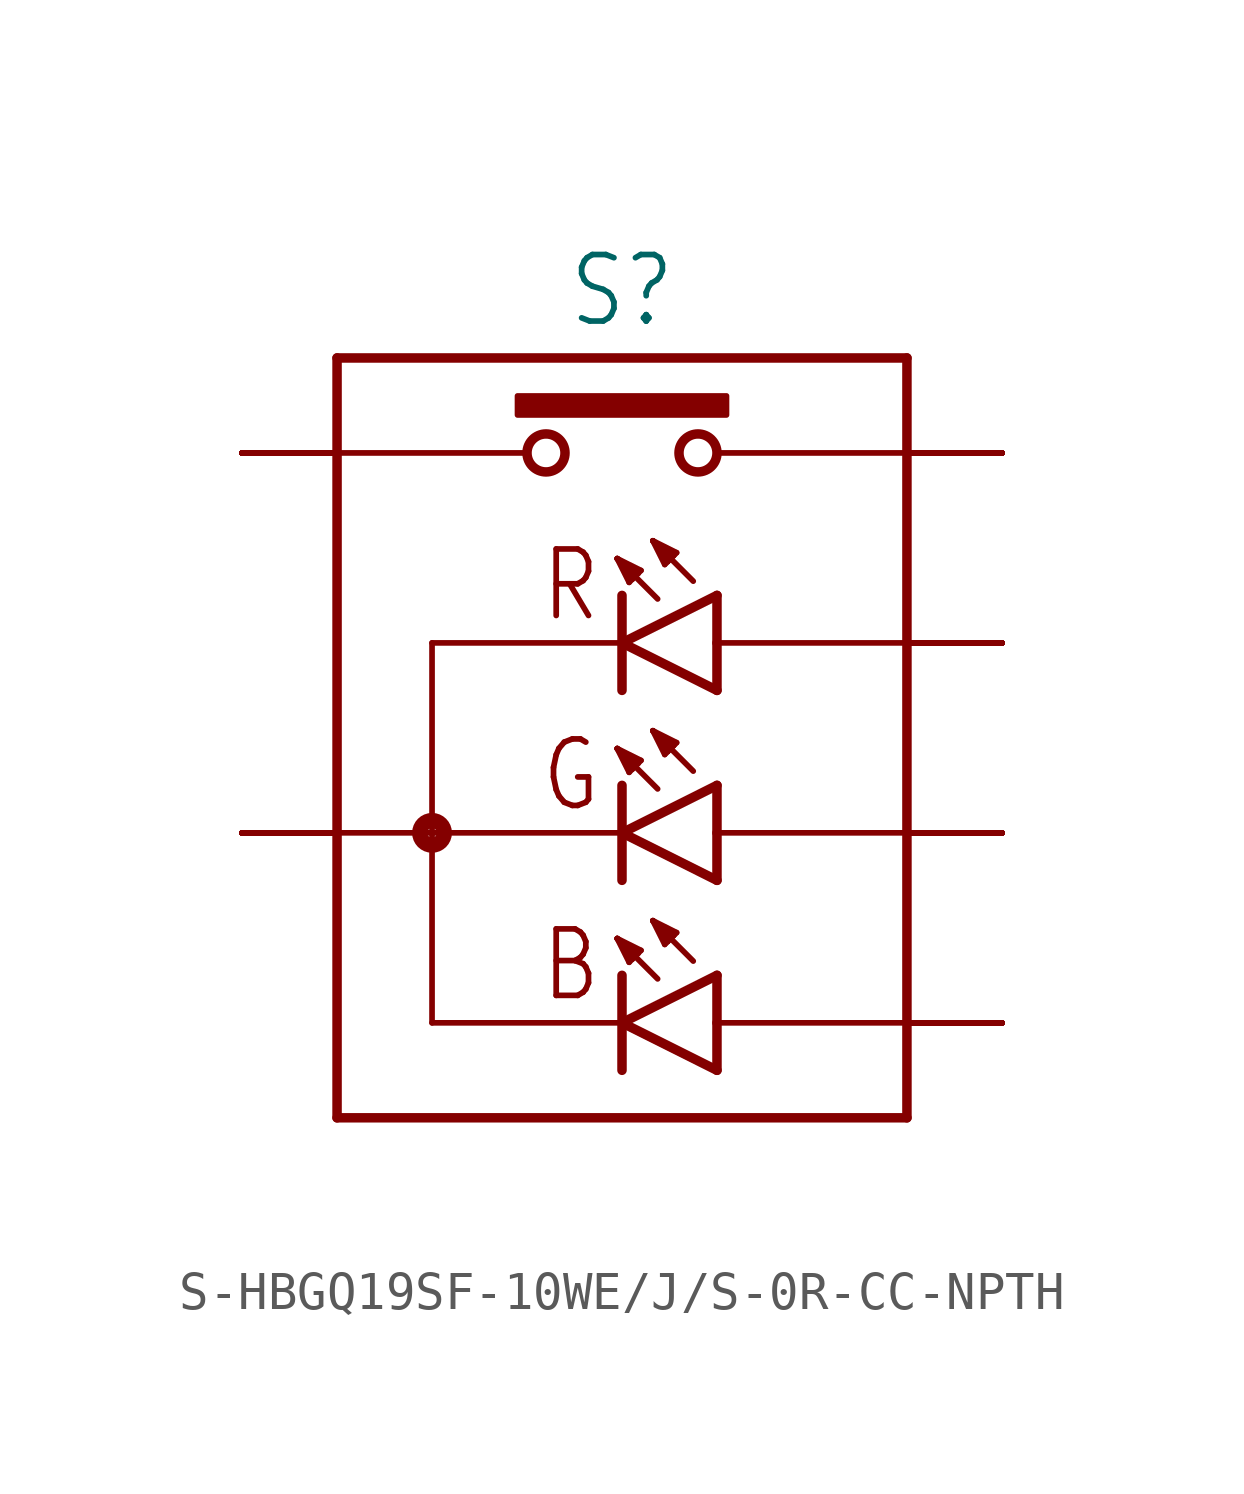
<source format=kicad_sym>
(kicad_symbol_lib
  (version 20231120)
  (generator "kicad_symbol_editor")
  (generator_version "8.0")
  (symbol "S-HBGQ19SF-10WE/J/S-0R-CC-NPTH"
    (property "Reference" "S"
      (at 0 10.922 0)
      (effects (font (size 1.778 1.511)) (justify bottom)))
    (property "Value" ""
      (at 0 -10.922 0)
      (effects (font (size 1.778 1.511)) (justify top)))
    (property "ki_locked" ""
      (at 0 0 0)
      (effects (font (size 1.27 1.27))))
    (symbol "S-HBGQ19SF-10WE/J/S-0R-CC-NPTH_1_0"
      (circle (center -5.08 -2.54) (radius 0.127) (stroke (width 0.406) (type solid)) (fill (type none)))
      (rectangle (start -2.794 8.636) (end 2.794 9.144) (stroke (width 0) (type default)) (fill (type outline)))
      (circle (center -2.032 7.62) (radius 0.508) (stroke (width 0.254) (type solid)) (fill (type none)))
      (polyline (pts (xy -7.62 -10.16) (xy -7.62 7.62)) (stroke (width 0.254) (type solid)) (fill (type none)))
      (polyline (pts (xy -7.62 -2.54) (xy -5.08 -2.54)) (stroke (width 0.152) (type solid)) (fill (type none)))
      (polyline (pts (xy -7.62 7.62) (xy -7.62 10.16)) (stroke (width 0.254) (type solid)) (fill (type none)))
      (polyline (pts (xy -7.62 7.62) (xy -2.54 7.62)) (stroke (width 0.152) (type solid)) (fill (type none)))
      (polyline (pts (xy -7.62 10.16) (xy 7.62 10.16)) (stroke (width 0.254) (type solid)) (fill (type none)))
      (polyline (pts (xy -5.08 -7.62) (xy 0 -7.62)) (stroke (width 0.152) (type solid)) (fill (type none)))
      (polyline (pts (xy -5.08 -2.54) (xy -5.08 -7.62)) (stroke (width 0.152) (type solid)) (fill (type none)))
      (polyline (pts (xy -5.08 -2.54) (xy 0 -2.54)) (stroke (width 0.152) (type solid)) (fill (type none)))
      (polyline (pts (xy -5.08 2.54) (xy -5.08 -2.54)) (stroke (width 0.152) (type solid)) (fill (type none)))
      (polyline (pts (xy -5.08 2.54) (xy 0 2.54)) (stroke (width 0.152) (type solid)) (fill (type none)))
      (polyline (pts (xy -0.127 -5.366) (xy 0.27 -5.921)) (stroke (width 0.152) (type solid)) (fill (type none)))
      (polyline (pts (xy -0.127 -5.366) (xy 0.429 -5.763)) (stroke (width 0.152) (type solid)) (fill (type none)))
      (polyline (pts (xy -0.127 -5.366) (xy 0.508 -5.683)) (stroke (width 0.152) (type solid)) (fill (type none)))
      (polyline (pts (xy -0.127 -0.286) (xy 0.27 -0.841)) (stroke (width 0.152) (type solid)) (fill (type none)))
      (polyline (pts (xy -0.127 -0.286) (xy 0.429 -0.683)) (stroke (width 0.152) (type solid)) (fill (type none)))
      (polyline (pts (xy -0.127 -0.286) (xy 0.508 -0.603)) (stroke (width 0.152) (type solid)) (fill (type none)))
      (polyline (pts (xy -0.127 4.794) (xy 0.27 4.239)) (stroke (width 0.152) (type solid)) (fill (type none)))
      (polyline (pts (xy -0.127 4.794) (xy 0.429 4.397)) (stroke (width 0.152) (type solid)) (fill (type none)))
      (polyline (pts (xy -0.127 4.794) (xy 0.508 4.477)) (stroke (width 0.152) (type solid)) (fill (type none)))
      (polyline (pts (xy 0 -7.62) (xy 0 -8.89)) (stroke (width 0.254) (type solid)) (fill (type none)))
      (polyline (pts (xy 0 -7.62) (xy 2.54 -6.35)) (stroke (width 0.254) (type solid)) (fill (type none)))
      (polyline (pts (xy 0 -6.35) (xy 0 -7.62)) (stroke (width 0.254) (type solid)) (fill (type none)))
      (polyline (pts (xy 0 -2.54) (xy 0 -3.81)) (stroke (width 0.254) (type solid)) (fill (type none)))
      (polyline (pts (xy 0 -2.54) (xy 2.54 -1.27)) (stroke (width 0.254) (type solid)) (fill (type none)))
      (polyline (pts (xy 0 -1.27) (xy 0 -2.54)) (stroke (width 0.254) (type solid)) (fill (type none)))
      (polyline (pts (xy 0 2.54) (xy 0 1.27)) (stroke (width 0.254) (type solid)) (fill (type none)))
      (polyline (pts (xy 0 2.54) (xy 2.54 3.81)) (stroke (width 0.254) (type solid)) (fill (type none)))
      (polyline (pts (xy 0 3.81) (xy 0 2.54)) (stroke (width 0.254) (type solid)) (fill (type none)))
      (polyline (pts (xy 0.191 -6.001) (xy -0.127 -5.366)) (stroke (width 0.152) (type solid)) (fill (type none)))
      (polyline (pts (xy 0.191 -0.921) (xy -0.127 -0.286)) (stroke (width 0.152) (type solid)) (fill (type none)))
      (polyline (pts (xy 0.191 4.159) (xy -0.127 4.794)) (stroke (width 0.152) (type solid)) (fill (type none)))
      (polyline (pts (xy 0.27 -5.921) (xy 0.191 -6.001)) (stroke (width 0.152) (type solid)) (fill (type none)))
      (polyline (pts (xy 0.27 -0.841) (xy 0.191 -0.921)) (stroke (width 0.152) (type solid)) (fill (type none)))
      (polyline (pts (xy 0.27 4.239) (xy 0.191 4.159)) (stroke (width 0.152) (type solid)) (fill (type none)))
      (polyline (pts (xy 0.429 -5.763) (xy 0.27 -5.921)) (stroke (width 0.152) (type solid)) (fill (type none)))
      (polyline (pts (xy 0.429 -0.683) (xy 0.27 -0.841)) (stroke (width 0.152) (type solid)) (fill (type none)))
      (polyline (pts (xy 0.429 4.397) (xy 0.27 4.239)) (stroke (width 0.152) (type solid)) (fill (type none)))
      (polyline (pts (xy 0.508 -5.683) (xy 0.429 -5.763)) (stroke (width 0.152) (type solid)) (fill (type none)))
      (polyline (pts (xy 0.508 -0.603) (xy 0.429 -0.683)) (stroke (width 0.152) (type solid)) (fill (type none)))
      (polyline (pts (xy 0.508 4.477) (xy 0.429 4.397)) (stroke (width 0.152) (type solid)) (fill (type none)))
      (polyline (pts (xy 0.826 -4.889) (xy 1.222 -5.445)) (stroke (width 0.152) (type solid)) (fill (type none)))
      (polyline (pts (xy 0.826 -4.889) (xy 1.381 -5.286)) (stroke (width 0.152) (type solid)) (fill (type none)))
      (polyline (pts (xy 0.826 -4.889) (xy 1.46 -5.207)) (stroke (width 0.152) (type solid)) (fill (type none)))
      (polyline (pts (xy 0.826 0.191) (xy 1.222 -0.365)) (stroke (width 0.152) (type solid)) (fill (type none)))
      (polyline (pts (xy 0.826 0.191) (xy 1.381 -0.206)) (stroke (width 0.152) (type solid)) (fill (type none)))
      (polyline (pts (xy 0.826 0.191) (xy 1.46 -0.127)) (stroke (width 0.152) (type solid)) (fill (type none)))
      (polyline (pts (xy 0.826 5.271) (xy 1.222 4.715)) (stroke (width 0.152) (type solid)) (fill (type none)))
      (polyline (pts (xy 0.826 5.271) (xy 1.381 4.874)) (stroke (width 0.152) (type solid)) (fill (type none)))
      (polyline (pts (xy 0.826 5.271) (xy 1.46 4.953)) (stroke (width 0.152) (type solid)) (fill (type none)))
      (polyline (pts (xy 0.953 -6.445) (xy -0.127 -5.366)) (stroke (width 0.152) (type solid)) (fill (type none)))
      (polyline (pts (xy 0.953 -1.365) (xy -0.127 -0.286)) (stroke (width 0.152) (type solid)) (fill (type none)))
      (polyline (pts (xy 0.953 3.715) (xy -0.127 4.794)) (stroke (width 0.152) (type solid)) (fill (type none)))
      (polyline (pts (xy 1.143 -5.524) (xy 0.826 -4.889)) (stroke (width 0.152) (type solid)) (fill (type none)))
      (polyline (pts (xy 1.143 -0.445) (xy 0.826 0.191)) (stroke (width 0.152) (type solid)) (fill (type none)))
      (polyline (pts (xy 1.143 4.636) (xy 0.826 5.271)) (stroke (width 0.152) (type solid)) (fill (type none)))
      (polyline (pts (xy 1.222 -5.445) (xy 1.143 -5.524)) (stroke (width 0.152) (type solid)) (fill (type none)))
      (polyline (pts (xy 1.222 -0.365) (xy 1.143 -0.445)) (stroke (width 0.152) (type solid)) (fill (type none)))
      (polyline (pts (xy 1.222 4.715) (xy 1.143 4.636)) (stroke (width 0.152) (type solid)) (fill (type none)))
      (polyline (pts (xy 1.381 -5.286) (xy 1.222 -5.445)) (stroke (width 0.152) (type solid)) (fill (type none)))
      (polyline (pts (xy 1.381 -0.206) (xy 1.222 -0.365)) (stroke (width 0.152) (type solid)) (fill (type none)))
      (polyline (pts (xy 1.381 4.874) (xy 1.222 4.715)) (stroke (width 0.152) (type solid)) (fill (type none)))
      (polyline (pts (xy 1.46 -5.207) (xy 1.381 -5.286)) (stroke (width 0.152) (type solid)) (fill (type none)))
      (polyline (pts (xy 1.46 -0.127) (xy 1.381 -0.206)) (stroke (width 0.152) (type solid)) (fill (type none)))
      (polyline (pts (xy 1.46 4.953) (xy 1.381 4.874)) (stroke (width 0.152) (type solid)) (fill (type none)))
      (polyline (pts (xy 1.905 -5.969) (xy 0.826 -4.889)) (stroke (width 0.152) (type solid)) (fill (type none)))
      (polyline (pts (xy 1.905 -0.889) (xy 0.826 0.191)) (stroke (width 0.152) (type solid)) (fill (type none)))
      (polyline (pts (xy 1.905 4.191) (xy 0.826 5.271)) (stroke (width 0.152) (type solid)) (fill (type none)))
      (polyline (pts (xy 2.54 -8.89) (xy 0 -7.62)) (stroke (width 0.254) (type solid)) (fill (type none)))
      (polyline (pts (xy 2.54 -7.62) (xy 2.54 -8.89)) (stroke (width 0.254) (type solid)) (fill (type none)))
      (polyline (pts (xy 2.54 -6.35) (xy 2.54 -7.62)) (stroke (width 0.254) (type solid)) (fill (type none)))
      (polyline (pts (xy 2.54 -3.81) (xy 0 -2.54)) (stroke (width 0.254) (type solid)) (fill (type none)))
      (polyline (pts (xy 2.54 -2.54) (xy 2.54 -3.81)) (stroke (width 0.254) (type solid)) (fill (type none)))
      (polyline (pts (xy 2.54 -1.27) (xy 2.54 -2.54)) (stroke (width 0.254) (type solid)) (fill (type none)))
      (polyline (pts (xy 2.54 1.27) (xy 0 2.54)) (stroke (width 0.254) (type solid)) (fill (type none)))
      (polyline (pts (xy 2.54 2.54) (xy 2.54 1.27)) (stroke (width 0.254) (type solid)) (fill (type none)))
      (polyline (pts (xy 2.54 3.81) (xy 2.54 2.54)) (stroke (width 0.254) (type solid)) (fill (type none)))
      (polyline (pts (xy 2.54 7.62) (xy 7.62 7.62)) (stroke (width 0.152) (type solid)) (fill (type none)))
      (polyline (pts (xy 7.62 -10.16) (xy -7.62 -10.16)) (stroke (width 0.254) (type solid)) (fill (type none)))
      (polyline (pts (xy 7.62 -7.62) (xy 2.54 -7.62)) (stroke (width 0.152) (type solid)) (fill (type none)))
      (polyline (pts (xy 7.62 -2.54) (xy 2.54 -2.54)) (stroke (width 0.152) (type solid)) (fill (type none)))
      (polyline (pts (xy 7.62 2.54) (xy 2.54 2.54)) (stroke (width 0.152) (type solid)) (fill (type none)))
      (polyline (pts (xy 7.62 2.54) (xy 7.62 -10.16)) (stroke (width 0.254) (type solid)) (fill (type none)))
      (polyline (pts (xy 7.62 10.16) (xy 7.62 2.54)) (stroke (width 0.254) (type solid)) (fill (type none)))
      (circle (center 2.032 7.62) (radius 0.508) (stroke (width 0.254) (type solid)) (fill (type none)))
      (text "B" (at -0.508 -7.112 0) (effects (font (size 1.778 1.511)) (justify right bottom)))
      (text "G" (at -0.508 -2.032 0) (effects (font (size 1.778 1.511)) (justify right bottom)))
      (text "R" (at -0.508 3.048 0) (effects (font (size 1.778 1.511)) (justify right bottom)))
      (pin passive line (at 10.16 -7.62 180) (length 2.54) (name "A-B" (effects (font (size 0 0)))) (number "B01" (effects (font (size 0 0)))))
      (pin passive line (at 10.16 -7.62 180) (length 2.54) (name "A-B" (effects (font (size 0 0)))) (number "B02" (effects (font (size 0 0)))))
      (pin passive line (at 10.16 -7.62 180) (length 2.54) (name "A-B" (effects (font (size 0 0)))) (number "B03" (effects (font (size 0 0)))))
      (pin passive line (at 10.16 -7.62 180) (length 2.54) (name "A-B" (effects (font (size 0 0)))) (number "B04" (effects (font (size 0 0)))))
      (pin passive line (at 10.16 -7.62 180) (length 2.54) (name "A-B" (effects (font (size 0 0)))) (number "B05" (effects (font (size 0 0)))))
      (pin passive line (at 10.16 -7.62 180) (length 2.54) (name "A-B" (effects (font (size 0 0)))) (number "B06" (effects (font (size 0 0)))))
      (pin passive line (at 10.16 -7.62 180) (length 2.54) (name "A-B" (effects (font (size 0 0)))) (number "B07" (effects (font (size 0 0)))))
      (pin passive line (at 10.16 -7.62 180) (length 2.54) (name "A-B" (effects (font (size 0 0)))) (number "B08" (effects (font (size 0 0)))))
      (pin passive line (at 10.16 -7.62 180) (length 2.54) (name "A-B" (effects (font (size 0 0)))) (number "B09" (effects (font (size 0 0)))))
      (pin passive line (at 10.16 -7.62 180) (length 2.54) (name "A-B" (effects (font (size 0 0)))) (number "B10" (effects (font (size 0 0)))))
      (pin passive line (at 10.16 -7.62 180) (length 2.54) (name "A-B" (effects (font (size 0 0)))) (number "B11" (effects (font (size 0 0)))))
      (pin passive line (at 10.16 -7.62 180) (length 2.54) (name "A-B" (effects (font (size 0 0)))) (number "B12" (effects (font (size 0 0)))))
      (pin passive line (at 10.16 -7.62 180) (length 2.54) (name "A-B" (effects (font (size 0 0)))) (number "B13" (effects (font (size 0 0)))))
      (pin passive line (at 10.16 -7.62 180) (length 2.54) (name "A-B" (effects (font (size 0 0)))) (number "B14" (effects (font (size 0 0)))))
      (pin passive line (at 10.16 -7.62 180) (length 2.54) (name "A-B" (effects (font (size 0 0)))) (number "B15" (effects (font (size 0 0)))))
      (pin passive line (at 10.16 -7.62 180) (length 2.54) (name "A-B" (effects (font (size 0 0)))) (number "B16" (effects (font (size 0 0)))))
      (pin passive line (at -10.16 -2.54 0) (length 2.54) (name "C" (effects (font (size 0 0)))) (number "C01" (effects (font (size 0 0)))))
      (pin passive line (at -10.16 -2.54 0) (length 2.54) (name "C" (effects (font (size 0 0)))) (number "C02" (effects (font (size 0 0)))))
      (pin passive line (at -10.16 -2.54 0) (length 2.54) (name "C" (effects (font (size 0 0)))) (number "C03" (effects (font (size 0 0)))))
      (pin passive line (at -10.16 -2.54 0) (length 2.54) (name "C" (effects (font (size 0 0)))) (number "C04" (effects (font (size 0 0)))))
      (pin passive line (at -10.16 -2.54 0) (length 2.54) (name "C" (effects (font (size 0 0)))) (number "C05" (effects (font (size 0 0)))))
      (pin passive line (at -10.16 -2.54 0) (length 2.54) (name "C" (effects (font (size 0 0)))) (number "C06" (effects (font (size 0 0)))))
      (pin passive line (at -10.16 -2.54 0) (length 2.54) (name "C" (effects (font (size 0 0)))) (number "C07" (effects (font (size 0 0)))))
      (pin passive line (at -10.16 -2.54 0) (length 2.54) (name "C" (effects (font (size 0 0)))) (number "C08" (effects (font (size 0 0)))))
      (pin passive line (at -10.16 -2.54 0) (length 2.54) (name "C" (effects (font (size 0 0)))) (number "C09" (effects (font (size 0 0)))))
      (pin passive line (at -10.16 -2.54 0) (length 2.54) (name "C" (effects (font (size 0 0)))) (number "C10" (effects (font (size 0 0)))))
      (pin passive line (at -10.16 -2.54 0) (length 2.54) (name "C" (effects (font (size 0 0)))) (number "C11" (effects (font (size 0 0)))))
      (pin passive line (at -10.16 -2.54 0) (length 2.54) (name "C" (effects (font (size 0 0)))) (number "C12" (effects (font (size 0 0)))))
      (pin passive line (at -10.16 -2.54 0) (length 2.54) (name "C" (effects (font (size 0 0)))) (number "C13" (effects (font (size 0 0)))))
      (pin passive line (at -10.16 -2.54 0) (length 2.54) (name "C" (effects (font (size 0 0)))) (number "C14" (effects (font (size 0 0)))))
      (pin passive line (at -10.16 -2.54 0) (length 2.54) (name "C" (effects (font (size 0 0)))) (number "C15" (effects (font (size 0 0)))))
      (pin passive line (at -10.16 -2.54 0) (length 2.54) (name "C" (effects (font (size 0 0)))) (number "C16" (effects (font (size 0 0)))))
      (pin passive line (at 10.16 -2.54 180) (length 2.54) (name "A-G" (effects (font (size 0 0)))) (number "G01" (effects (font (size 0 0)))))
      (pin passive line (at 10.16 -2.54 180) (length 2.54) (name "A-G" (effects (font (size 0 0)))) (number "G02" (effects (font (size 0 0)))))
      (pin passive line (at 10.16 -2.54 180) (length 2.54) (name "A-G" (effects (font (size 0 0)))) (number "G03" (effects (font (size 0 0)))))
      (pin passive line (at 10.16 -2.54 180) (length 2.54) (name "A-G" (effects (font (size 0 0)))) (number "G04" (effects (font (size 0 0)))))
      (pin passive line (at 10.16 -2.54 180) (length 2.54) (name "A-G" (effects (font (size 0 0)))) (number "G05" (effects (font (size 0 0)))))
      (pin passive line (at 10.16 -2.54 180) (length 2.54) (name "A-G" (effects (font (size 0 0)))) (number "G06" (effects (font (size 0 0)))))
      (pin passive line (at 10.16 -2.54 180) (length 2.54) (name "A-G" (effects (font (size 0 0)))) (number "G07" (effects (font (size 0 0)))))
      (pin passive line (at 10.16 -2.54 180) (length 2.54) (name "A-G" (effects (font (size 0 0)))) (number "G08" (effects (font (size 0 0)))))
      (pin passive line (at 10.16 -2.54 180) (length 2.54) (name "A-G" (effects (font (size 0 0)))) (number "G09" (effects (font (size 0 0)))))
      (pin passive line (at 10.16 -2.54 180) (length 2.54) (name "A-G" (effects (font (size 0 0)))) (number "G10" (effects (font (size 0 0)))))
      (pin passive line (at 10.16 -2.54 180) (length 2.54) (name "A-G" (effects (font (size 0 0)))) (number "G11" (effects (font (size 0 0)))))
      (pin passive line (at 10.16 -2.54 180) (length 2.54) (name "A-G" (effects (font (size 0 0)))) (number "G12" (effects (font (size 0 0)))))
      (pin passive line (at 10.16 -2.54 180) (length 2.54) (name "A-G" (effects (font (size 0 0)))) (number "G13" (effects (font (size 0 0)))))
      (pin passive line (at 10.16 -2.54 180) (length 2.54) (name "A-G" (effects (font (size 0 0)))) (number "G14" (effects (font (size 0 0)))))
      (pin passive line (at 10.16 -2.54 180) (length 2.54) (name "A-G" (effects (font (size 0 0)))) (number "G15" (effects (font (size 0 0)))))
      (pin passive line (at 10.16 -2.54 180) (length 2.54) (name "A-G" (effects (font (size 0 0)))) (number "G16" (effects (font (size 0 0)))))
      (pin passive line (at 10.16 2.54 180) (length 2.54) (name "A-R" (effects (font (size 0 0)))) (number "R01" (effects (font (size 0 0)))))
      (pin passive line (at 10.16 2.54 180) (length 2.54) (name "A-R" (effects (font (size 0 0)))) (number "R02" (effects (font (size 0 0)))))
      (pin passive line (at 10.16 2.54 180) (length 2.54) (name "A-R" (effects (font (size 0 0)))) (number "R03" (effects (font (size 0 0)))))
      (pin passive line (at 10.16 2.54 180) (length 2.54) (name "A-R" (effects (font (size 0 0)))) (number "R04" (effects (font (size 0 0)))))
      (pin passive line (at 10.16 2.54 180) (length 2.54) (name "A-R" (effects (font (size 0 0)))) (number "R05" (effects (font (size 0 0)))))
      (pin passive line (at 10.16 2.54 180) (length 2.54) (name "A-R" (effects (font (size 0 0)))) (number "R06" (effects (font (size 0 0)))))
      (pin passive line (at 10.16 2.54 180) (length 2.54) (name "A-R" (effects (font (size 0 0)))) (number "R07" (effects (font (size 0 0)))))
      (pin passive line (at 10.16 2.54 180) (length 2.54) (name "A-R" (effects (font (size 0 0)))) (number "R08" (effects (font (size 0 0)))))
      (pin passive line (at 10.16 2.54 180) (length 2.54) (name "A-R" (effects (font (size 0 0)))) (number "R09" (effects (font (size 0 0)))))
      (pin passive line (at 10.16 2.54 180) (length 2.54) (name "A-R" (effects (font (size 0 0)))) (number "R10" (effects (font (size 0 0)))))
      (pin passive line (at 10.16 2.54 180) (length 2.54) (name "A-R" (effects (font (size 0 0)))) (number "R11" (effects (font (size 0 0)))))
      (pin passive line (at 10.16 2.54 180) (length 2.54) (name "A-R" (effects (font (size 0 0)))) (number "R12" (effects (font (size 0 0)))))
      (pin passive line (at 10.16 2.54 180) (length 2.54) (name "A-R" (effects (font (size 0 0)))) (number "R13" (effects (font (size 0 0)))))
      (pin passive line (at 10.16 2.54 180) (length 2.54) (name "A-R" (effects (font (size 0 0)))) (number "R14" (effects (font (size 0 0)))))
      (pin passive line (at 10.16 2.54 180) (length 2.54) (name "A-R" (effects (font (size 0 0)))) (number "R15" (effects (font (size 0 0)))))
      (pin passive line (at 10.16 2.54 180) (length 2.54) (name "A-R" (effects (font (size 0 0)))) (number "R16" (effects (font (size 0 0)))))
      (pin passive line (at -10.16 7.62 0) (length 2.54) (name "S1" (effects (font (size 0 0)))) (number "S101" (effects (font (size 0 0)))))
      (pin passive line (at -10.16 7.62 0) (length 2.54) (name "S1" (effects (font (size 0 0)))) (number "S102" (effects (font (size 0 0)))))
      (pin passive line (at -10.16 7.62 0) (length 2.54) (name "S1" (effects (font (size 0 0)))) (number "S103" (effects (font (size 0 0)))))
      (pin passive line (at -10.16 7.62 0) (length 2.54) (name "S1" (effects (font (size 0 0)))) (number "S104" (effects (font (size 0 0)))))
      (pin passive line (at -10.16 7.62 0) (length 2.54) (name "S1" (effects (font (size 0 0)))) (number "S105" (effects (font (size 0 0)))))
      (pin passive line (at -10.16 7.62 0) (length 2.54) (name "S1" (effects (font (size 0 0)))) (number "S106" (effects (font (size 0 0)))))
      (pin passive line (at -10.16 7.62 0) (length 2.54) (name "S1" (effects (font (size 0 0)))) (number "S107" (effects (font (size 0 0)))))
      (pin passive line (at -10.16 7.62 0) (length 2.54) (name "S1" (effects (font (size 0 0)))) (number "S108" (effects (font (size 0 0)))))
      (pin passive line (at -10.16 7.62 0) (length 2.54) (name "S1" (effects (font (size 0 0)))) (number "S109" (effects (font (size 0 0)))))
      (pin passive line (at -10.16 7.62 0) (length 2.54) (name "S1" (effects (font (size 0 0)))) (number "S110" (effects (font (size 0 0)))))
      (pin passive line (at -10.16 7.62 0) (length 2.54) (name "S1" (effects (font (size 0 0)))) (number "S111" (effects (font (size 0 0)))))
      (pin passive line (at -10.16 7.62 0) (length 2.54) (name "S1" (effects (font (size 0 0)))) (number "S112" (effects (font (size 0 0)))))
      (pin passive line (at -10.16 7.62 0) (length 2.54) (name "S1" (effects (font (size 0 0)))) (number "S113" (effects (font (size 0 0)))))
      (pin passive line (at -10.16 7.62 0) (length 2.54) (name "S1" (effects (font (size 0 0)))) (number "S114" (effects (font (size 0 0)))))
      (pin passive line (at -10.16 7.62 0) (length 2.54) (name "S1" (effects (font (size 0 0)))) (number "S115" (effects (font (size 0 0)))))
      (pin passive line (at -10.16 7.62 0) (length 2.54) (name "S1" (effects (font (size 0 0)))) (number "S116" (effects (font (size 0 0)))))
      (pin passive line (at 10.16 7.62 180) (length 2.54) (name "S2" (effects (font (size 0 0)))) (number "S201" (effects (font (size 0 0)))))
      (pin passive line (at 10.16 7.62 180) (length 2.54) (name "S2" (effects (font (size 0 0)))) (number "S202" (effects (font (size 0 0)))))
      (pin passive line (at 10.16 7.62 180) (length 2.54) (name "S2" (effects (font (size 0 0)))) (number "S203" (effects (font (size 0 0)))))
      (pin passive line (at 10.16 7.62 180) (length 2.54) (name "S2" (effects (font (size 0 0)))) (number "S204" (effects (font (size 0 0)))))
      (pin passive line (at 10.16 7.62 180) (length 2.54) (name "S2" (effects (font (size 0 0)))) (number "S205" (effects (font (size 0 0)))))
      (pin passive line (at 10.16 7.62 180) (length 2.54) (name "S2" (effects (font (size 0 0)))) (number "S206" (effects (font (size 0 0)))))
      (pin passive line (at 10.16 7.62 180) (length 2.54) (name "S2" (effects (font (size 0 0)))) (number "S207" (effects (font (size 0 0)))))
      (pin passive line (at 10.16 7.62 180) (length 2.54) (name "S2" (effects (font (size 0 0)))) (number "S208" (effects (font (size 0 0)))))
      (pin passive line (at 10.16 7.62 180) (length 2.54) (name "S2" (effects (font (size 0 0)))) (number "S209" (effects (font (size 0 0)))))
      (pin passive line (at 10.16 7.62 180) (length 2.54) (name "S2" (effects (font (size 0 0)))) (number "S210" (effects (font (size 0 0)))))
      (pin passive line (at 10.16 7.62 180) (length 2.54) (name "S2" (effects (font (size 0 0)))) (number "S211" (effects (font (size 0 0)))))
      (pin passive line (at 10.16 7.62 180) (length 2.54) (name "S2" (effects (font (size 0 0)))) (number "S212" (effects (font (size 0 0)))))
      (pin passive line (at 10.16 7.62 180) (length 2.54) (name "S2" (effects (font (size 0 0)))) (number "S213" (effects (font (size 0 0)))))
      (pin passive line (at 10.16 7.62 180) (length 2.54) (name "S2" (effects (font (size 0 0)))) (number "S214" (effects (font (size 0 0)))))
      (pin passive line (at 10.16 7.62 180) (length 2.54) (name "S2" (effects (font (size 0 0)))) (number "S215" (effects (font (size 0 0)))))
      (pin passive line (at 10.16 7.62 180) (length 2.54) (name "S2" (effects (font (size 0 0)))) (number "S216" (effects (font (size 0 0))))))))
</source>
